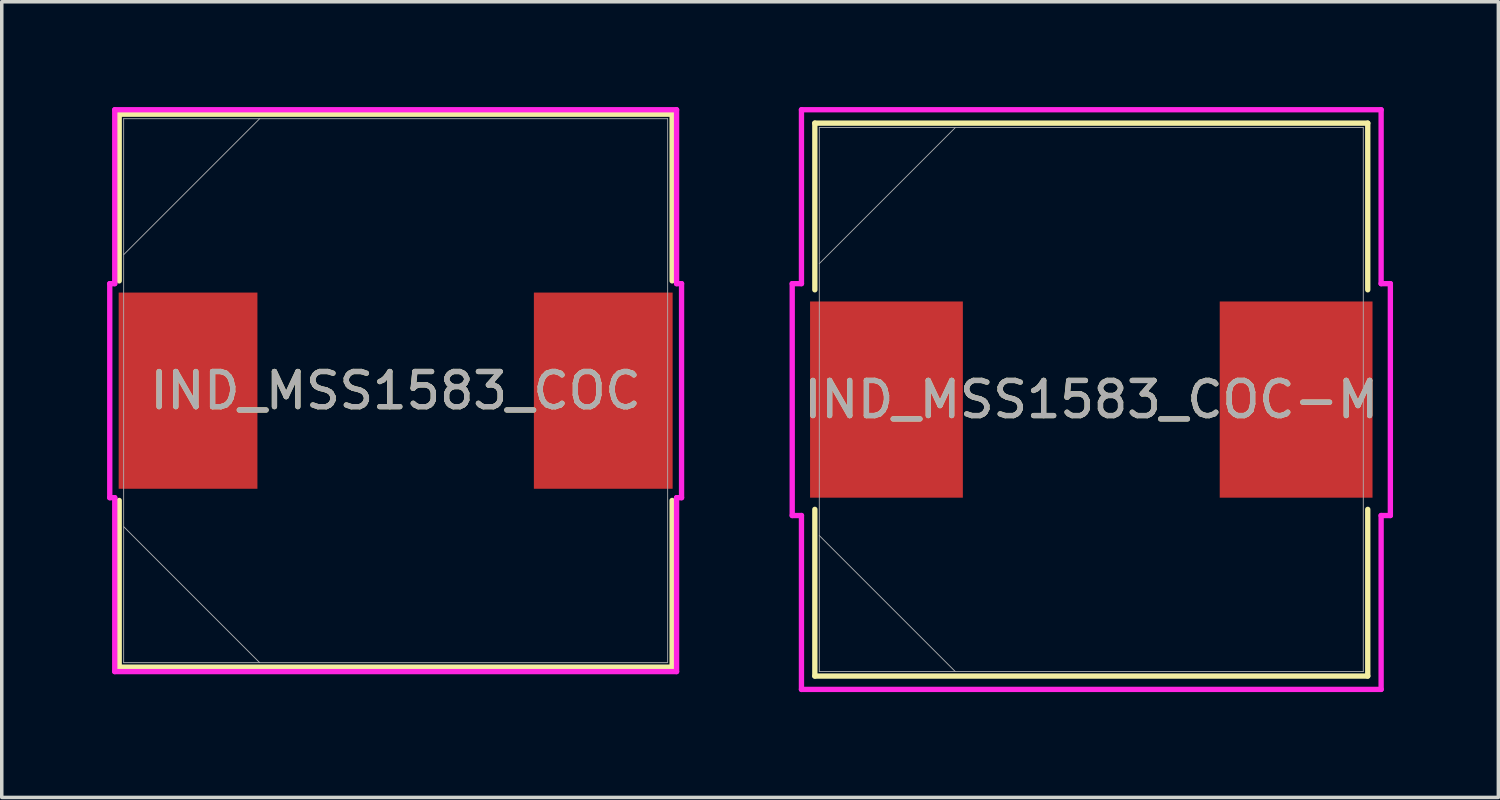
<source format=kicad_pcb>
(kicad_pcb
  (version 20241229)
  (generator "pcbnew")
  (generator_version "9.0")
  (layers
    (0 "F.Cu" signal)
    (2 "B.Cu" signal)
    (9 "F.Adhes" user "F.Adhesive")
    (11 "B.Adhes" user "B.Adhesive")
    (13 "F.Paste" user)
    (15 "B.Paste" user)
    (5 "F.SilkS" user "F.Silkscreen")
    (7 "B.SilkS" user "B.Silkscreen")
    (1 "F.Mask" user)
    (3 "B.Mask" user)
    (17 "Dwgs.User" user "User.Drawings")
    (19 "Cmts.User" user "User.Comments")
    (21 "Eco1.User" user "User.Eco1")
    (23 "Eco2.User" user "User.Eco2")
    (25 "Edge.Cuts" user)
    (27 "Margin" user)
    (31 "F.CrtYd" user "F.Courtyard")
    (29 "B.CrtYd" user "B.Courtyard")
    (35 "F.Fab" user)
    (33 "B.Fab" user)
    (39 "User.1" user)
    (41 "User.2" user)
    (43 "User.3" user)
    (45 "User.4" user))
  (footprint "IND_MSS1583_COC-M"
    (layer "F.Cu")
    (at 28.032 8.331)
    (property "Reference" "IND_MSS1583_COC-M" (at 0 0 0) (unlocked yes) (layer "F.SilkS") (effects (font (size 1 1) (thickness 0.15))))
    (attr smd)
    (fp_line (start -7.874 -7.874) (end -7.874 -3.127) (stroke (width 0.152) (type solid)) (layer "F.SilkS"))
    (fp_line (start -7.874 3.127) (end -7.874 7.874) (stroke (width 0.152) (type solid)) (layer "F.SilkS"))
    (fp_line (start -7.874 7.874) (end 7.874 7.874) (stroke (width 0.152) (type solid)) (layer "F.SilkS"))
    (fp_line (start 7.874 -7.874) (end -7.874 -7.874) (stroke (width 0.152) (type solid)) (layer "F.SilkS"))
    (fp_line (start 7.874 -3.127) (end 7.874 -7.874) (stroke (width 0.152) (type solid)) (layer "F.SilkS"))
    (fp_line (start 7.874 7.874) (end 7.874 3.127) (stroke (width 0.152) (type solid)) (layer "F.SilkS"))
    (fp_line (start -8.518 -3.302) (end -8.255 -3.302) (stroke (width 0.152) (type solid)) (layer "F.CrtYd"))
    (fp_line (start -8.518 3.302) (end -8.518 -3.302) (stroke (width 0.152) (type solid)) (layer "F.CrtYd"))
    (fp_line (start -8.255 -8.255) (end 8.255 -8.255) (stroke (width 0.152) (type solid)) (layer "F.CrtYd"))
    (fp_line (start -8.255 -3.302) (end -8.255 -8.255) (stroke (width 0.152) (type solid)) (layer "F.CrtYd"))
    (fp_line (start -8.255 3.302) (end -8.518 3.302) (stroke (width 0.152) (type solid)) (layer "F.CrtYd"))
    (fp_line (start -8.255 3.302) (end -8.255 8.255) (stroke (width 0.152) (type solid)) (layer "F.CrtYd"))
    (fp_line (start -8.255 8.255) (end 8.255 8.255) (stroke (width 0.152) (type solid)) (layer "F.CrtYd"))
    (fp_line (start 8.255 -8.255) (end 8.255 -3.302) (stroke (width 0.152) (type solid)) (layer "F.CrtYd"))
    (fp_line (start 8.255 -3.302) (end 8.518 -3.302) (stroke (width 0.152) (type solid)) (layer "F.CrtYd"))
    (fp_line (start 8.255 3.302) (end 8.518 3.302) (stroke (width 0.152) (type solid)) (layer "F.CrtYd"))
    (fp_line (start 8.255 8.255) (end 8.255 3.302) (stroke (width 0.152) (type solid)) (layer "F.CrtYd"))
    (fp_line (start 8.518 -3.302) (end 8.518 3.302) (stroke (width 0.152) (type solid)) (layer "F.CrtYd"))
    (fp_line (start -7.747 -7.747) (end -7.747 7.747) (stroke (width 0.025) (type solid)) (layer "F.Fab"))
    (fp_line (start -7.747 -3.873) (end -3.873 -7.747) (stroke (width 0.025) (type solid)) (layer "F.Fab"))
    (fp_line (start -7.747 3.873) (end -3.873 7.747) (stroke (width 0.025) (type solid)) (layer "F.Fab"))
    (fp_line (start -7.747 7.747) (end 7.747 7.747) (stroke (width 0.025) (type solid)) (layer "F.Fab"))
    (fp_line (start 7.747 -7.747) (end -7.747 -7.747) (stroke (width 0.025) (type solid)) (layer "F.Fab"))
    (fp_line (start 7.747 7.747) (end 7.747 -7.747) (stroke (width 0.025) (type solid)) (layer "F.Fab"))
    (fp_text user "${REFERENCE}" (at 0 0 0) (unlocked yes) (layer "F.Fab") (effects (font (size 1 1) (thickness 0.15))))
    (pad "1" smd rect (at -5.834 0 90) (size 5.588 4.352) (layers "F.Cu" "F.Mask" "F.Paste"))
    (pad "2" smd rect (at 5.834 0 90) (size 5.588 4.352) (layers "F.Cu" "F.Mask" "F.Paste")))
  (footprint "IND_MSS1583_COC"
    (layer "F.Cu")
    (at 8.219 8.077)
    (property "Reference" "IND_MSS1583_COC" (at 0 0 0) (unlocked yes) (layer "F.SilkS") (effects (font (size 1 1) (thickness 0.15))))
    (attr smd)
    (fp_line (start -7.874 -7.874) (end -7.874 -3.127) (stroke (width 0.152) (type solid)) (layer "F.SilkS"))
    (fp_line (start -7.874 3.127) (end -7.874 7.874) (stroke (width 0.152) (type solid)) (layer "F.SilkS"))
    (fp_line (start -7.874 7.874) (end 7.874 7.874) (stroke (width 0.152) (type solid)) (layer "F.SilkS"))
    (fp_line (start 7.874 -7.874) (end -7.874 -7.874) (stroke (width 0.152) (type solid)) (layer "F.SilkS"))
    (fp_line (start 7.874 -3.127) (end 7.874 -7.874) (stroke (width 0.152) (type solid)) (layer "F.SilkS"))
    (fp_line (start 7.874 7.874) (end 7.874 3.127) (stroke (width 0.152) (type solid)) (layer "F.SilkS"))
    (fp_line (start -8.143 -3.048) (end -8.001 -3.048) (stroke (width 0.152) (type solid)) (layer "F.CrtYd"))
    (fp_line (start -8.143 3.048) (end -8.143 -3.048) (stroke (width 0.152) (type solid)) (layer "F.CrtYd"))
    (fp_line (start -8.001 -8.001) (end 8.001 -8.001) (stroke (width 0.152) (type solid)) (layer "F.CrtYd"))
    (fp_line (start -8.001 -3.048) (end -8.001 -8.001) (stroke (width 0.152) (type solid)) (layer "F.CrtYd"))
    (fp_line (start -8.001 3.048) (end -8.143 3.048) (stroke (width 0.152) (type solid)) (layer "F.CrtYd"))
    (fp_line (start -8.001 3.048) (end -8.001 8.001) (stroke (width 0.152) (type solid)) (layer "F.CrtYd"))
    (fp_line (start -8.001 8.001) (end 8.001 8.001) (stroke (width 0.152) (type solid)) (layer "F.CrtYd"))
    (fp_line (start 8.001 -8.001) (end 8.001 -3.048) (stroke (width 0.152) (type solid)) (layer "F.CrtYd"))
    (fp_line (start 8.001 -3.048) (end 8.143 -3.048) (stroke (width 0.152) (type solid)) (layer "F.CrtYd"))
    (fp_line (start 8.001 3.048) (end 8.143 3.048) (stroke (width 0.152) (type solid)) (layer "F.CrtYd"))
    (fp_line (start 8.001 8.001) (end 8.001 3.048) (stroke (width 0.152) (type solid)) (layer "F.CrtYd"))
    (fp_line (start 8.143 -3.048) (end 8.143 3.048) (stroke (width 0.152) (type solid)) (layer "F.CrtYd"))
    (fp_line (start -7.747 -7.747) (end -7.747 7.747) (stroke (width 0.025) (type solid)) (layer "F.Fab"))
    (fp_line (start -7.747 -3.873) (end -3.873 -7.747) (stroke (width 0.025) (type solid)) (layer "F.Fab"))
    (fp_line (start -7.747 3.873) (end -3.873 7.747) (stroke (width 0.025) (type solid)) (layer "F.Fab"))
    (fp_line (start -7.747 7.747) (end 7.747 7.747) (stroke (width 0.025) (type solid)) (layer "F.Fab"))
    (fp_line (start 7.747 -7.747) (end -7.747 -7.747) (stroke (width 0.025) (type solid)) (layer "F.Fab"))
    (fp_line (start 7.747 7.747) (end 7.747 -7.747) (stroke (width 0.025) (type solid)) (layer "F.Fab"))
    (fp_text user "${REFERENCE}" (at 0 0 0) (unlocked yes) (layer "F.Fab") (effects (font (size 1 1) (thickness 0.15))))
    (pad "1" smd rect (at -5.913 0 90) (size 5.588 3.952) (layers "F.Cu" "F.Mask" "F.Paste"))
    (pad "2" smd rect (at 5.913 0 90) (size 5.588 3.952) (layers "F.Cu" "F.Mask" "F.Paste")))
  (gr_rect
    (start -3 -3)
    (end 39.626 19.662)
    (stroke (width 0.1) (type default))
    (fill no)
    (layer "Edge.Cuts")))
</source>
